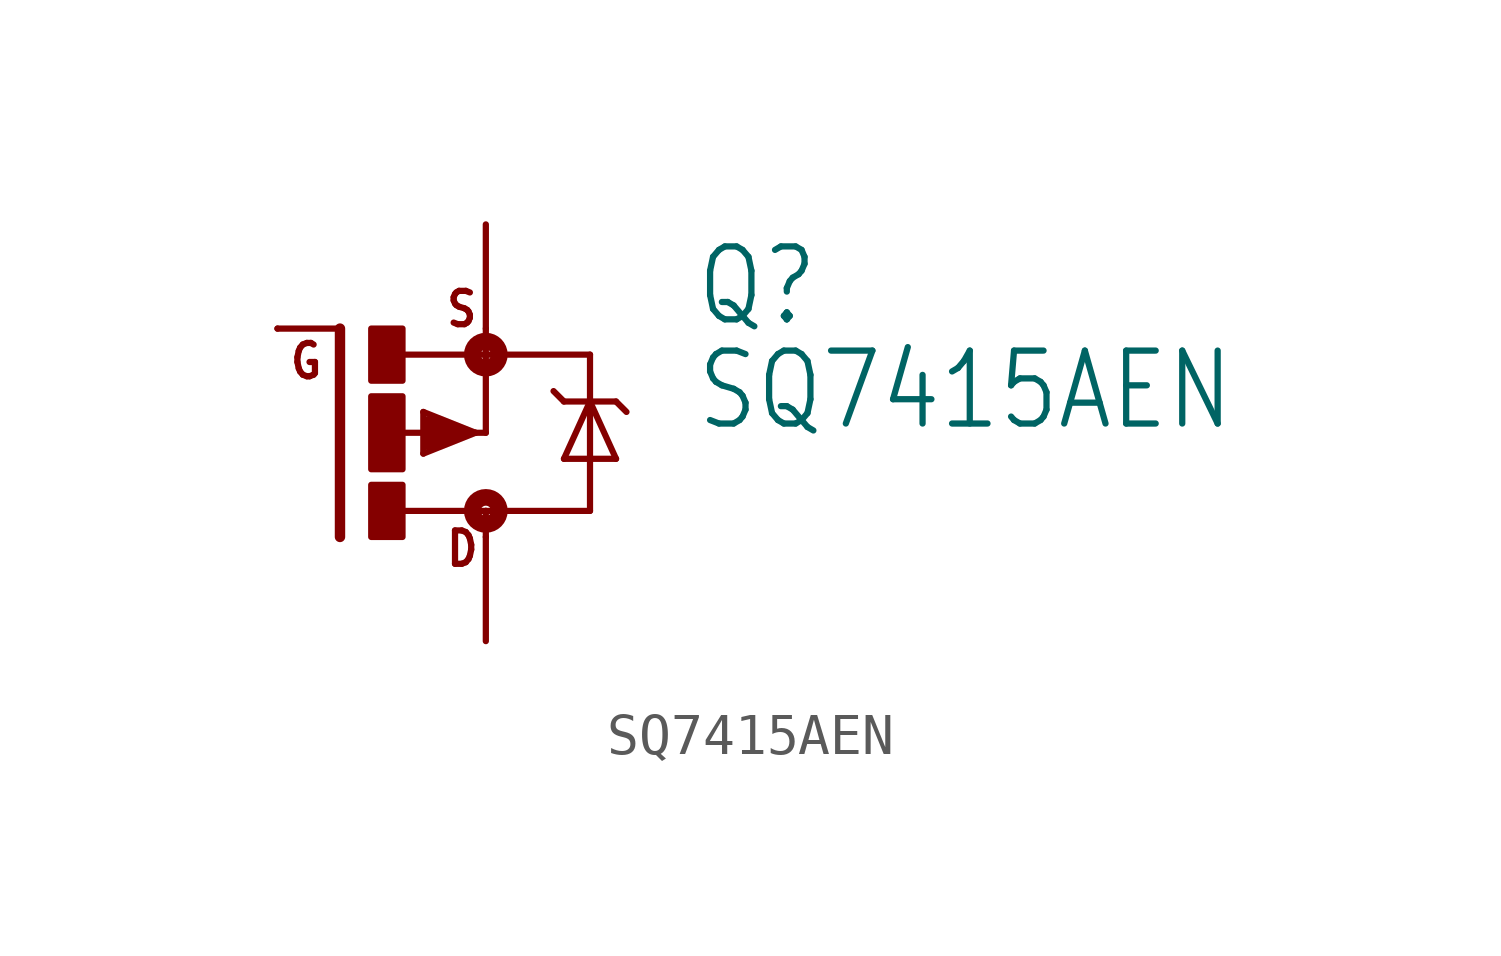
<source format=kicad_sym>
(kicad_symbol_lib
  (version 20211014)
  (generator kicad_symbol_editor)
  (symbol "SQ7415AEN"
    (property "Reference" "Q"
      (at 7.62 2.54 0)
      (effects (font (size 1.778 1.511)) (justify left bottom)))
    (property "Value" "SQ7415AEN"
      (at 7.62 0 0)
      (effects (font (size 1.778 1.511)) (justify left bottom)))
    (property "ki_locked" ""
      (at 0 0 0)
      (effects (font (size 1.27 1.27))))
    (symbol "SQ7415AEN_1_0"
      (rectangle (start -0.254 -2.54) (end 0.508 -1.27) (stroke (width 0) (type default) (color 0 0 0 0)) (fill (type outline)))
      (rectangle (start -0.254 -0.889) (end 0.508 0.889) (stroke (width 0) (type default) (color 0 0 0 0)) (fill (type outline)))
      (rectangle (start -0.254 1.27) (end 0.508 2.54) (stroke (width 0) (type default) (color 0 0 0 0)) (fill (type outline)))
      (polyline (pts (xy -1.016 -2.54) (xy -1.016 2.54)) (stroke (width 0.254) (type default) (color 0 0 0 0)) (fill (type none)))
      (polyline (pts (xy -1.016 2.54) (xy -2.54 2.54)) (stroke (width 0.152) (type default) (color 0 0 0 0)) (fill (type none)))
      (polyline (pts (xy 0.508 1.905) (xy 2.54 1.905)) (stroke (width 0.152) (type default) (color 0 0 0 0)) (fill (type none)))
      (polyline (pts (xy 1.016 -0.508) (xy 1.016 0.508)) (stroke (width 0.152) (type default) (color 0 0 0 0)) (fill (type none)))
      (polyline (pts (xy 1.016 0.508) (xy 2.286 0)) (stroke (width 0.152) (type default) (color 0 0 0 0)) (fill (type none)))
      (polyline (pts (xy 1.143 -0.254) (xy 1.143 0)) (stroke (width 0.305) (type default) (color 0 0 0 0)) (fill (type none)))
      (polyline (pts (xy 1.143 0) (xy 0.254 0)) (stroke (width 0.152) (type default) (color 0 0 0 0)) (fill (type none)))
      (polyline (pts (xy 1.143 0) (xy 1.397 0)) (stroke (width 0.305) (type default) (color 0 0 0 0)) (fill (type none)))
      (polyline (pts (xy 1.143 0.254) (xy 2.032 0)) (stroke (width 0.305) (type default) (color 0 0 0 0)) (fill (type none)))
      (polyline (pts (xy 2.032 0) (xy 1.143 -0.254)) (stroke (width 0.305) (type default) (color 0 0 0 0)) (fill (type none)))
      (polyline (pts (xy 2.235 0) (xy 2.286 0)) (stroke (width 0.152) (type default) (color 0 0 0 0)) (fill (type none)))
      (polyline (pts (xy 2.286 0) (xy 1.016 -0.508)) (stroke (width 0.152) (type default) (color 0 0 0 0)) (fill (type none)))
      (polyline (pts (xy 2.286 0) (xy 2.54 0)) (stroke (width 0.152) (type default) (color 0 0 0 0)) (fill (type none)))
      (polyline (pts (xy 2.54 -2.54) (xy 2.54 -1.905)) (stroke (width 0.152) (type default) (color 0 0 0 0)) (fill (type none)))
      (polyline (pts (xy 2.54 -1.905) (xy 0.533 -1.905)) (stroke (width 0.152) (type default) (color 0 0 0 0)) (fill (type none)))
      (polyline (pts (xy 2.54 -1.905) (xy 5.08 -1.905)) (stroke (width 0.152) (type default) (color 0 0 0 0)) (fill (type none)))
      (polyline (pts (xy 2.54 0) (xy 2.54 1.905)) (stroke (width 0.152) (type default) (color 0 0 0 0)) (fill (type none)))
      (polyline (pts (xy 2.54 1.905) (xy 2.54 2.54)) (stroke (width 0.152) (type default) (color 0 0 0 0)) (fill (type none)))
      (polyline (pts (xy 4.445 -0.635) (xy 5.08 0.762)) (stroke (width 0.152) (type default) (color 0 0 0 0)) (fill (type none)))
      (polyline (pts (xy 4.445 0.762) (xy 4.191 1.016)) (stroke (width 0.152) (type default) (color 0 0 0 0)) (fill (type none)))
      (polyline (pts (xy 5.08 0.762) (xy 4.445 0.762)) (stroke (width 0.152) (type default) (color 0 0 0 0)) (fill (type none)))
      (polyline (pts (xy 5.08 0.762) (xy 5.08 -1.905)) (stroke (width 0.152) (type default) (color 0 0 0 0)) (fill (type none)))
      (polyline (pts (xy 5.08 0.762) (xy 5.715 -0.635)) (stroke (width 0.152) (type default) (color 0 0 0 0)) (fill (type none)))
      (polyline (pts (xy 5.08 1.905) (xy 2.54 1.905)) (stroke (width 0.152) (type default) (color 0 0 0 0)) (fill (type none)))
      (polyline (pts (xy 5.08 1.905) (xy 5.08 0.762)) (stroke (width 0.152) (type default) (color 0 0 0 0)) (fill (type none)))
      (polyline (pts (xy 5.715 -0.635) (xy 4.445 -0.635)) (stroke (width 0.152) (type default) (color 0 0 0 0)) (fill (type none)))
      (polyline (pts (xy 5.715 0.762) (xy 5.08 0.762)) (stroke (width 0.152) (type default) (color 0 0 0 0)) (fill (type none)))
      (polyline (pts (xy 5.715 0.762) (xy 5.969 0.508)) (stroke (width 0.152) (type default) (color 0 0 0 0)) (fill (type none)))
      (circle (center 2.54 -1.905) (radius 0.127) (stroke (width 0.406)) (stroke (width 0.406) (type default) (color 0 0 0 0)) (fill (type none)))
      (circle (center 2.54 1.905) (radius 0.127) (stroke (width 0.406)) (stroke (width 0.406) (type default) (color 0 0 0 0)) (fill (type none)))
      (text "D" (at 1.524 -3.302 0) (effects (font (size 0.813 0.691)) (justify left bottom)))
      (text "G" (at -2.286 1.27 0) (effects (font (size 0.813 0.691)) (justify left bottom)))
      (text "S" (at 1.524 2.54 0) (effects (font (size 0.813 0.691)) (justify left bottom)))
      (pin passive line (at -2.54 2.54 0) (length 0) (name "G" (effects (font (size 0 0)))) (number "1" (effects (font (size 0 0)))))
      (pin passive line (at 2.54 5.08 270) (length 2.54) (name "S" (effects (font (size 0 0)))) (number "2" (effects (font (size 0 0)))))
      (pin passive line (at 2.54 -5.08 90) (length 2.54) (name "D" (effects (font (size 0 0)))) (number "3" (effects (font (size 0 0))))))))
</source>
